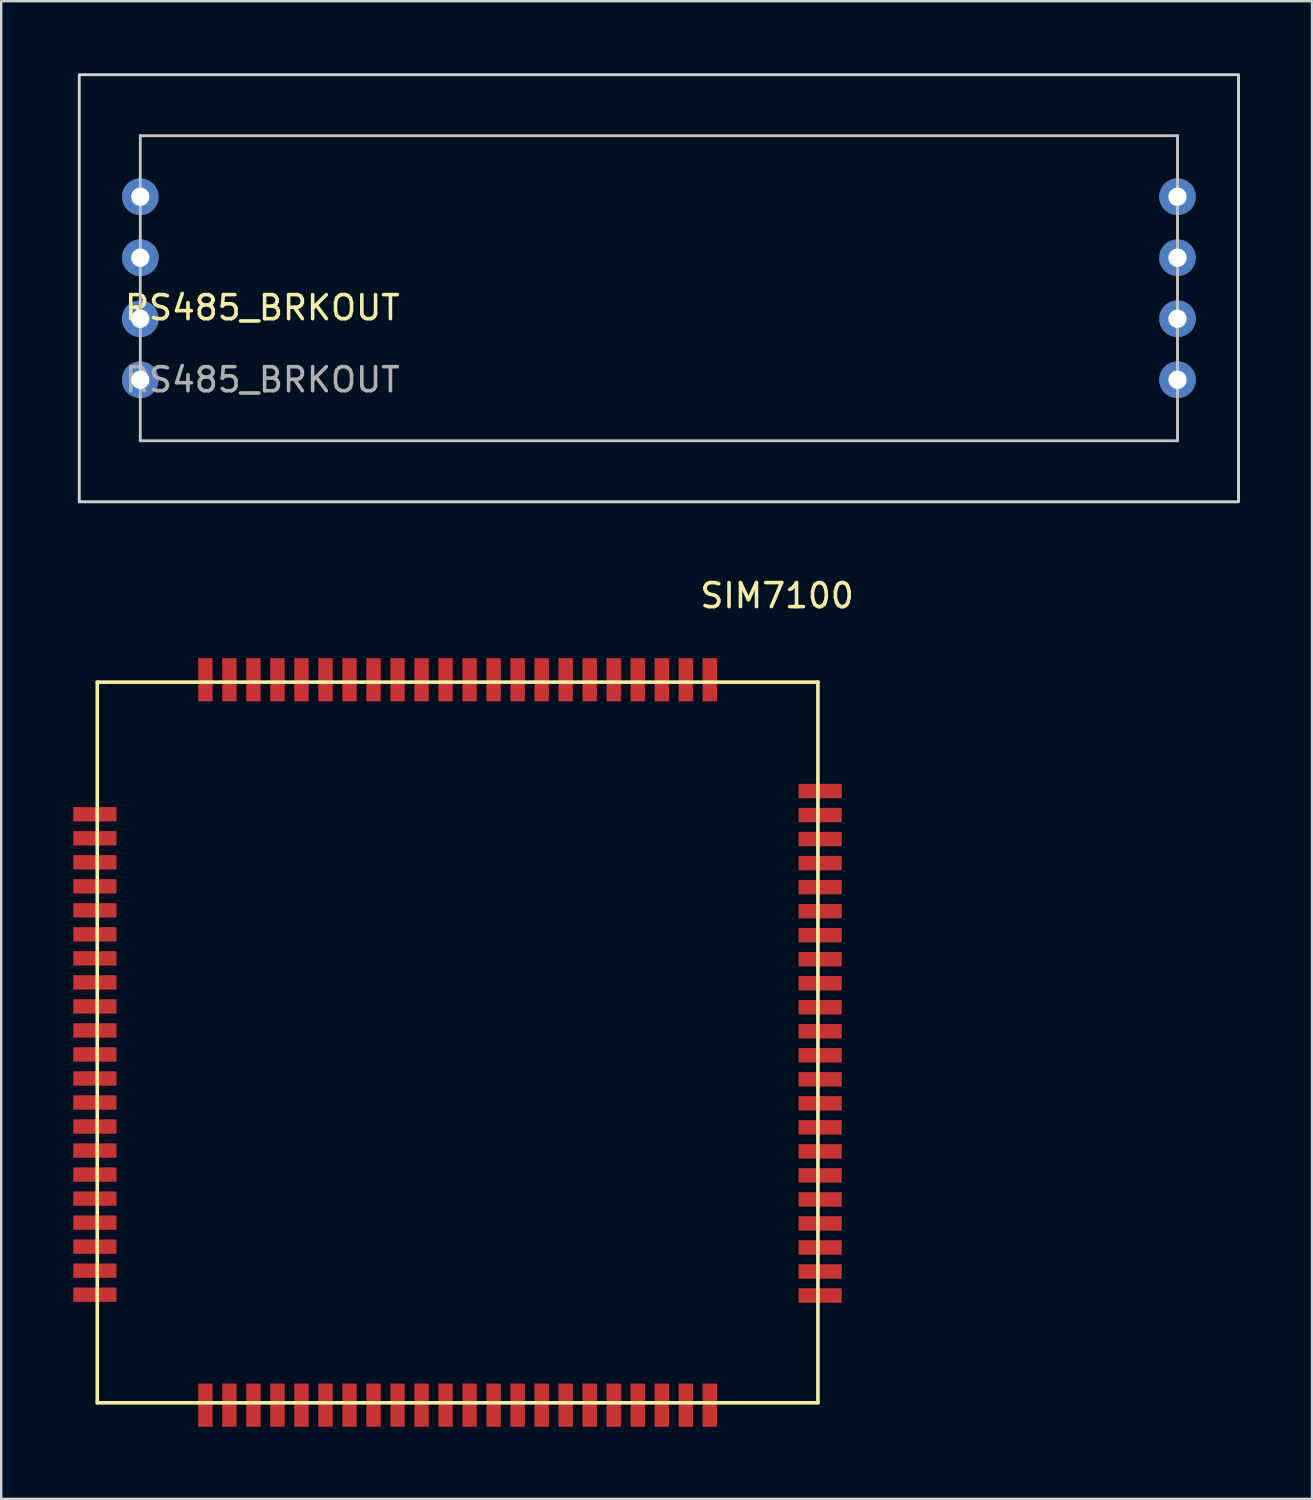
<source format=kicad_pcb>
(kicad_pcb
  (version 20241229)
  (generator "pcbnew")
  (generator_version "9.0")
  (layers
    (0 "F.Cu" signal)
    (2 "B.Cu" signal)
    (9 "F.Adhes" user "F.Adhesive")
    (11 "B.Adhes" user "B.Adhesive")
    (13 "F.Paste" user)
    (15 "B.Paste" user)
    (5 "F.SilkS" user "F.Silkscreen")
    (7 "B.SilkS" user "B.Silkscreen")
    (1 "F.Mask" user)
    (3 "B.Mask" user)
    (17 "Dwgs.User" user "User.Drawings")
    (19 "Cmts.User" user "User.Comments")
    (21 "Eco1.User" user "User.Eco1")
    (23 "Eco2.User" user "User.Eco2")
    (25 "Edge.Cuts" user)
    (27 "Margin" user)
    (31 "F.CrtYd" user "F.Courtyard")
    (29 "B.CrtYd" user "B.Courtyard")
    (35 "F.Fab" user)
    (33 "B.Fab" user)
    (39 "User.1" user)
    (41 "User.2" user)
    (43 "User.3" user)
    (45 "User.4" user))
  (footprint "RS485_BRKOUT"
    (layer "F.Cu")
    (at 0.25 15.3)
    (property "Reference" "RS485_BRKOUT" (at 7.62 -5.54 0) (unlocked yes) (layer "F.SilkS") (effects (font (size 1 1) (thickness 0.15))))
    (attr through_hole)
    (fp_line (start 2.54 -12.7) (end 45.72 -12.7) (stroke (width 0.12) (type solid)) (layer "Dwgs.User"))
    (fp_line (start 2.54 0) (end 2.54 -12.7) (stroke (width 0.12) (type solid)) (layer "Dwgs.User"))
    (fp_line (start 45.72 -12.7) (end 45.72 0) (stroke (width 0.12) (type solid)) (layer "Dwgs.User"))
    (fp_line (start 45.72 0) (end 2.54 0) (stroke (width 0.12) (type solid)) (layer "Dwgs.User"))
    (fp_rect (start 0 -15.24) (end 48.26 2.54) (stroke (width 0.12) (type solid)) (fill no) (layer "Edge.Cuts"))
    (fp_rect (start 0 -15.24) (end 48.26 2.54) (stroke (width 0.12) (type solid)) (fill no) (layer "Margin"))
    (fp_text user "${REFERENCE}" (at 7.62 -2.54 0) (unlocked yes) (layer "F.Fab") (effects (font (size 1 1) (thickness 0.15))))
    (pad "1" thru_hole circle (at 45.72 -10.16) (size 1.524 1.524) (drill 0.762) (layers "*.Cu" "*.Mask"))
    (pad "2" thru_hole circle (at 45.72 -7.62) (size 1.524 1.524) (drill 0.762) (layers "*.Cu" "*.Mask"))
    (pad "3" thru_hole circle (at 45.72 -5.08) (size 1.524 1.524) (drill 0.762) (layers "*.Cu" "*.Mask"))
    (pad "4" thru_hole circle (at 45.72 -2.54) (size 1.524 1.524) (drill 0.762) (layers "*.Cu" "*.Mask"))
    (pad "5" thru_hole circle (at 2.54 -2.54) (size 1.524 1.524) (drill 0.762) (layers "*.Cu" "*.Mask"))
    (pad "6" thru_hole circle (at 2.54 -5.08) (size 1.524 1.524) (drill 0.762) (layers "*.Cu" "*.Mask"))
    (pad "7" thru_hole circle (at 2.54 -7.62) (size 1.524 1.524) (drill 0.762) (layers "*.Cu" "*.Mask"))
    (pad "8" thru_hole circle (at 2.54 -10.16) (size 1.524 1.524) (drill 0.762) (layers "*.Cu" "*.Mask")))
  (footprint "SIM7100"
    (layer "F.Cu")
    (at 1.2 25.348)
    (property "Reference" "SIM7100" (at 28.1 -3.6 0) (layer "F.SilkS") (effects (font (size 1 1) (thickness 0.15))))
    (attr through_hole)
    (fp_line (start -0.2 0) (end 29.8 0) (stroke (width 0.15) (type solid)) (layer "F.SilkS"))
    (fp_line (start -0.2 30) (end -0.2 0) (stroke (width 0.15) (type solid)) (layer "F.SilkS"))
    (fp_line (start 29.8 0) (end 29.8 30) (stroke (width 0.15) (type solid)) (layer "F.SilkS"))
    (fp_line (start 29.8 30) (end -0.2 30) (stroke (width 0.15) (type solid)) (layer "F.SilkS"))
    (pad "1" smd rect (at -0.3 5.5 90) (size 0.6 1.8) (layers "F.Cu" "F.Mask" "F.Paste"))
    (pad "2" smd rect (at -0.3 6.5 90) (size 0.6 1.8) (layers "F.Cu" "F.Mask" "F.Paste"))
    (pad "3" smd rect (at -0.3 7.5 90) (size 0.6 1.8) (layers "F.Cu" "F.Mask" "F.Paste"))
    (pad "4" smd rect (at -0.3 8.5 90) (size 0.6 1.8) (layers "F.Cu" "F.Mask" "F.Paste"))
    (pad "5" smd rect (at -0.3 9.5 90) (size 0.6 1.8) (layers "F.Cu" "F.Mask" "F.Paste"))
    (pad "6" smd rect (at -0.3 10.5 90) (size 0.6 1.8) (layers "F.Cu" "F.Mask" "F.Paste"))
    (pad "7" smd rect (at -0.3 11.5 90) (size 0.6 1.8) (layers "F.Cu" "F.Mask" "F.Paste"))
    (pad "8" smd rect (at -0.3 12.5 90) (size 0.6 1.8) (layers "F.Cu" "F.Mask" "F.Paste"))
    (pad "9" smd rect (at -0.3 13.5 90) (size 0.6 1.8) (layers "F.Cu" "F.Mask" "F.Paste"))
    (pad "10" smd rect (at -0.3 14.5 90) (size 0.6 1.8) (layers "F.Cu" "F.Mask" "F.Paste"))
    (pad "11" smd rect (at -0.3 15.5 90) (size 0.6 1.8) (layers "F.Cu" "F.Mask" "F.Paste"))
    (pad "12" smd rect (at -0.3 16.5 90) (size 0.6 1.8) (layers "F.Cu" "F.Mask" "F.Paste"))
    (pad "13" smd rect (at -0.3 17.5 90) (size 0.6 1.8) (layers "F.Cu" "F.Mask" "F.Paste"))
    (pad "14" smd rect (at -0.3 18.5 90) (size 0.6 1.8) (layers "F.Cu" "F.Mask" "F.Paste"))
    (pad "15" smd rect (at -0.3 19.5 90) (size 0.6 1.8) (layers "F.Cu" "F.Mask" "F.Paste"))
    (pad "16" smd rect (at -0.3 20.5 90) (size 0.6 1.8) (layers "F.Cu" "F.Mask" "F.Paste"))
    (pad "17" smd rect (at -0.3 21.5 90) (size 0.6 1.8) (layers "F.Cu" "F.Mask" "F.Paste"))
    (pad "18" smd rect (at -0.3 22.5 90) (size 0.6 1.8) (layers "F.Cu" "F.Mask" "F.Paste"))
    (pad "19" smd rect (at -0.3 23.5 90) (size 0.6 1.8) (layers "F.Cu" "F.Mask" "F.Paste"))
    (pad "20" smd rect (at -0.3 24.5 90) (size 0.6 1.8) (layers "F.Cu" "F.Mask" "F.Paste"))
    (pad "21" smd rect (at -0.3 25.5 90) (size 0.6 1.8) (layers "F.Cu" "F.Mask" "F.Paste"))
    (pad "22" smd rect (at 4.3 30.1 180) (size 0.6 1.8) (layers "F.Cu" "F.Mask" "F.Paste"))
    (pad "23" smd rect (at 5.3 30.1 180) (size 0.6 1.8) (layers "F.Cu" "F.Mask" "F.Paste"))
    (pad "24" smd rect (at 6.3 30.1 180) (size 0.6 1.8) (layers "F.Cu" "F.Mask" "F.Paste"))
    (pad "25" smd rect (at 7.3 30.1 180) (size 0.6 1.8) (layers "F.Cu" "F.Mask" "F.Paste"))
    (pad "26" smd rect (at 8.3 30.1 180) (size 0.6 1.8) (layers "F.Cu" "F.Mask" "F.Paste"))
    (pad "27" smd rect (at 9.3 30.1 180) (size 0.6 1.8) (layers "F.Cu" "F.Mask" "F.Paste"))
    (pad "28" smd rect (at 10.3 30.1 180) (size 0.6 1.8) (layers "F.Cu" "F.Mask" "F.Paste"))
    (pad "29" smd rect (at 11.3 30.1 180) (size 0.6 1.8) (layers "F.Cu" "F.Mask" "F.Paste"))
    (pad "30" smd rect (at 12.3 30.1 180) (size 0.6 1.8) (layers "F.Cu" "F.Mask" "F.Paste"))
    (pad "31" smd rect (at 13.3 30.1 180) (size 0.6 1.8) (layers "F.Cu" "F.Mask" "F.Paste"))
    (pad "32" smd rect (at 14.3 30.1 180) (size 0.6 1.8) (layers "F.Cu" "F.Mask" "F.Paste"))
    (pad "33" smd rect (at 15.3 30.1 180) (size 0.6 1.8) (layers "F.Cu" "F.Mask" "F.Paste"))
    (pad "34" smd rect (at 16.3 30.1 180) (size 0.6 1.8) (layers "F.Cu" "F.Mask" "F.Paste"))
    (pad "35" smd rect (at 17.3 30.1 180) (size 0.6 1.8) (layers "F.Cu" "F.Mask" "F.Paste"))
    (pad "36" smd rect (at 18.3 30.1 180) (size 0.6 1.8) (layers "F.Cu" "F.Mask" "F.Paste"))
    (pad "37" smd rect (at 19.3 30.1 180) (size 0.6 1.8) (layers "F.Cu" "F.Mask" "F.Paste"))
    (pad "38" smd rect (at 20.3 30.1 180) (size 0.6 1.8) (layers "F.Cu" "F.Mask" "F.Paste"))
    (pad "39" smd rect (at 21.3 30.1 180) (size 0.6 1.8) (layers "F.Cu" "F.Mask" "F.Paste"))
    (pad "40" smd rect (at 22.3 30.1 180) (size 0.6 1.8) (layers "F.Cu" "F.Mask" "F.Paste"))
    (pad "41" smd rect (at 23.3 30.1 180) (size 0.6 1.8) (layers "F.Cu" "F.Mask" "F.Paste"))
    (pad "42" smd rect (at 24.3 30.1 180) (size 0.6 1.8) (layers "F.Cu" "F.Mask" "F.Paste"))
    (pad "43" smd rect (at 25.3 30.1 180) (size 0.6 1.8) (layers "F.Cu" "F.Mask" "F.Paste"))
    (pad "44" smd rect (at 29.894 25.534 270) (size 0.6 1.8) (layers "F.Cu" "F.Mask" "F.Paste"))
    (pad "45" smd rect (at 29.894 24.534 270) (size 0.6 1.8) (layers "F.Cu" "F.Mask" "F.Paste"))
    (pad "46" smd rect (at 29.894 23.534 270) (size 0.6 1.8) (layers "F.Cu" "F.Mask" "F.Paste"))
    (pad "47" smd rect (at 29.894 22.534 270) (size 0.6 1.8) (layers "F.Cu" "F.Mask" "F.Paste"))
    (pad "48" smd rect (at 29.894 21.534 270) (size 0.6 1.8) (layers "F.Cu" "F.Mask" "F.Paste"))
    (pad "49" smd rect (at 29.894 20.534 270) (size 0.6 1.8) (layers "F.Cu" "F.Mask" "F.Paste"))
    (pad "50" smd rect (at 29.894 19.534 270) (size 0.6 1.8) (layers "F.Cu" "F.Mask" "F.Paste"))
    (pad "51" smd rect (at 29.894 18.534 270) (size 0.6 1.8) (layers "F.Cu" "F.Mask" "F.Paste"))
    (pad "52" smd rect (at 29.894 17.534 270) (size 0.6 1.8) (layers "F.Cu" "F.Mask" "F.Paste"))
    (pad "53" smd rect (at 29.894 16.534 270) (size 0.6 1.8) (layers "F.Cu" "F.Mask" "F.Paste"))
    (pad "54" smd rect (at 29.894 15.534 270) (size 0.6 1.8) (layers "F.Cu" "F.Mask" "F.Paste"))
    (pad "55" smd rect (at 29.894 14.534 270) (size 0.6 1.8) (layers "F.Cu" "F.Mask" "F.Paste"))
    (pad "56" smd rect (at 29.894 13.534 270) (size 0.6 1.8) (layers "F.Cu" "F.Mask" "F.Paste"))
    (pad "57" smd rect (at 29.894 12.534 270) (size 0.6 1.8) (layers "F.Cu" "F.Mask" "F.Paste"))
    (pad "58" smd rect (at 29.894 11.534 270) (size 0.6 1.8) (layers "F.Cu" "F.Mask" "F.Paste"))
    (pad "59" smd rect (at 29.894 10.534 270) (size 0.6 1.8) (layers "F.Cu" "F.Mask" "F.Paste"))
    (pad "60" smd rect (at 29.894 9.534 270) (size 0.6 1.8) (layers "F.Cu" "F.Mask" "F.Paste"))
    (pad "61" smd rect (at 29.894 8.534 270) (size 0.6 1.8) (layers "F.Cu" "F.Mask" "F.Paste"))
    (pad "62" smd rect (at 29.894 7.534 270) (size 0.6 1.8) (layers "F.Cu" "F.Mask" "F.Paste"))
    (pad "63" smd rect (at 29.894 6.534 270) (size 0.6 1.8) (layers "F.Cu" "F.Mask" "F.Paste"))
    (pad "64" smd rect (at 29.894 5.534 270) (size 0.6 1.8) (layers "F.Cu" "F.Mask" "F.Paste"))
    (pad "65" smd rect (at 29.894 4.534 270) (size 0.6 1.8) (layers "F.Cu" "F.Mask" "F.Paste"))
    (pad "66" smd rect (at 25.3 -0.1) (size 0.6 1.8) (layers "F.Cu" "F.Mask" "F.Paste"))
    (pad "67" smd rect (at 24.3 -0.1) (size 0.6 1.8) (layers "F.Cu" "F.Mask" "F.Paste"))
    (pad "68" smd rect (at 23.3 -0.1) (size 0.6 1.8) (layers "F.Cu" "F.Mask" "F.Paste"))
    (pad "69" smd rect (at 22.3 -0.1) (size 0.6 1.8) (layers "F.Cu" "F.Mask" "F.Paste"))
    (pad "70" smd rect (at 21.3 -0.1) (size 0.6 1.8) (layers "F.Cu" "F.Mask" "F.Paste"))
    (pad "71" smd rect (at 20.3 -0.1) (size 0.6 1.8) (layers "F.Cu" "F.Mask" "F.Paste"))
    (pad "72" smd rect (at 19.3 -0.1) (size 0.6 1.8) (layers "F.Cu" "F.Mask" "F.Paste"))
    (pad "73" smd rect (at 18.3 -0.1) (size 0.6 1.8) (layers "F.Cu" "F.Mask" "F.Paste"))
    (pad "74" smd rect (at 17.3 -0.1) (size 0.6 1.8) (layers "F.Cu" "F.Mask" "F.Paste"))
    (pad "75" smd rect (at 16.3 -0.1) (size 0.6 1.8) (layers "F.Cu" "F.Mask" "F.Paste"))
    (pad "76" smd rect (at 15.3 -0.1) (size 0.6 1.8) (layers "F.Cu" "F.Mask" "F.Paste"))
    (pad "77" smd rect (at 14.3 -0.1) (size 0.6 1.8) (layers "F.Cu" "F.Mask" "F.Paste"))
    (pad "78" smd rect (at 13.3 -0.1) (size 0.6 1.8) (layers "F.Cu" "F.Mask" "F.Paste"))
    (pad "79" smd rect (at 12.3 -0.1) (size 0.6 1.8) (layers "F.Cu" "F.Mask" "F.Paste"))
    (pad "80" smd rect (at 11.3 -0.1) (size 0.6 1.8) (layers "F.Cu" "F.Mask" "F.Paste"))
    (pad "81" smd rect (at 10.3 -0.1) (size 0.6 1.8) (layers "F.Cu" "F.Mask" "F.Paste"))
    (pad "82" smd rect (at 9.3 -0.1) (size 0.6 1.8) (layers "F.Cu" "F.Mask" "F.Paste"))
    (pad "83" smd rect (at 8.3 -0.1) (size 0.6 1.8) (layers "F.Cu" "F.Mask" "F.Paste"))
    (pad "84" smd rect (at 7.3 -0.1) (size 0.6 1.8) (layers "F.Cu" "F.Mask" "F.Paste"))
    (pad "85" smd rect (at 6.3 -0.1) (size 0.6 1.8) (layers "F.Cu" "F.Mask" "F.Paste"))
    (pad "86" smd rect (at 5.3 -0.1) (size 0.6 1.8) (layers "F.Cu" "F.Mask" "F.Paste"))
    (pad "87" smd rect (at 4.3 -0.1) (size 0.6 1.8) (layers "F.Cu" "F.Mask" "F.Paste")))
  (gr_rect
    (start -3 -3)
    (end 51.57 59.348)
    (stroke (width 0.1) (type default))
    (fill no)
    (layer "Edge.Cuts")))
</source>
